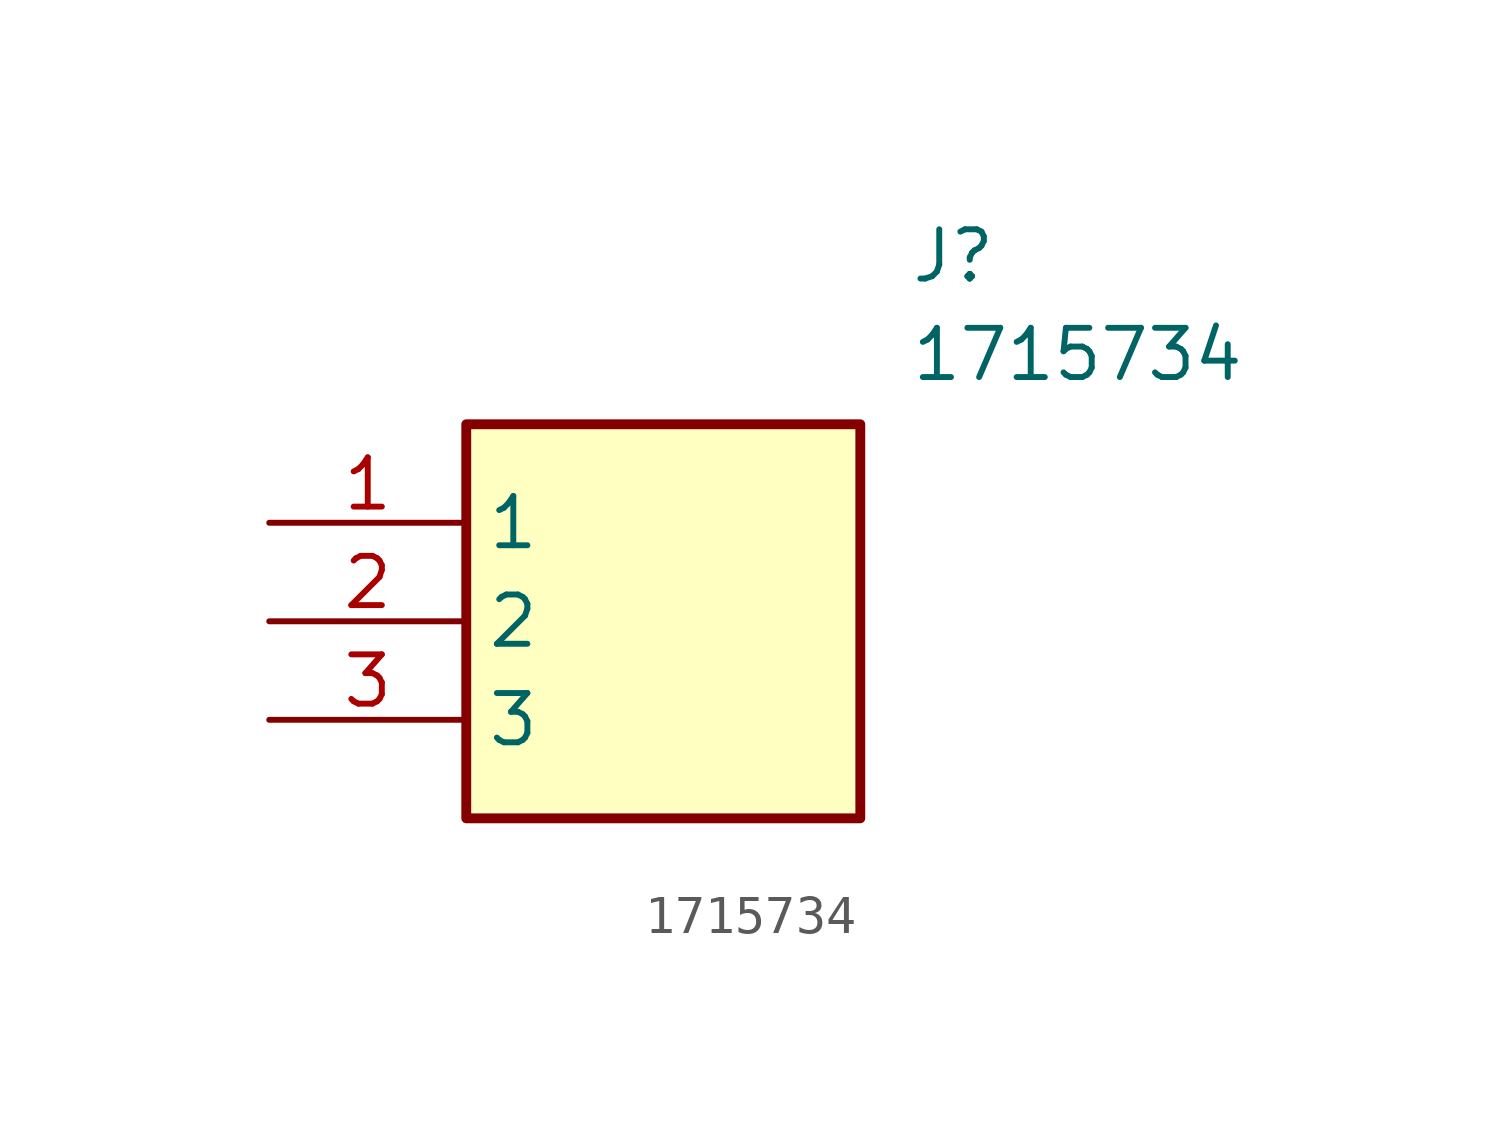
<source format=kicad_sym>
(kicad_symbol_lib
  (version 20211014)
  (generator SamacSys_ECAD_Model)
  (symbol "1715734"
    (property "Reference" "J"
      (at 16.51 7.62 0)
      (effects (font (size 1.27 1.27)) (justify left top)))
    (property "Value" "1715734"
      (at 16.51 5.08 0)
      (effects (font (size 1.27 1.27)) (justify left top)))
    (rectangle
      (start 5.08 2.54)
      (end 15.24 -7.62)
      (stroke (width 0.254) (type default))
      (fill (type background)))
    (pin passive line
      (at 0 0 0)
      (length 5.08)
      (name "1" (effects (font (size 1.27 1.27))))
      (number "1" (effects (font (size 1.27 1.27)))))
    (pin passive line
      (at 0 -2.54 0)
      (length 5.08)
      (name "2" (effects (font (size 1.27 1.27))))
      (number "2" (effects (font (size 1.27 1.27)))))
    (pin passive line
      (at 0 -5.08 0)
      (length 5.08)
      (name "3" (effects (font (size 1.27 1.27))))
      (number "3" (effects (font (size 1.27 1.27)))))))
</source>
